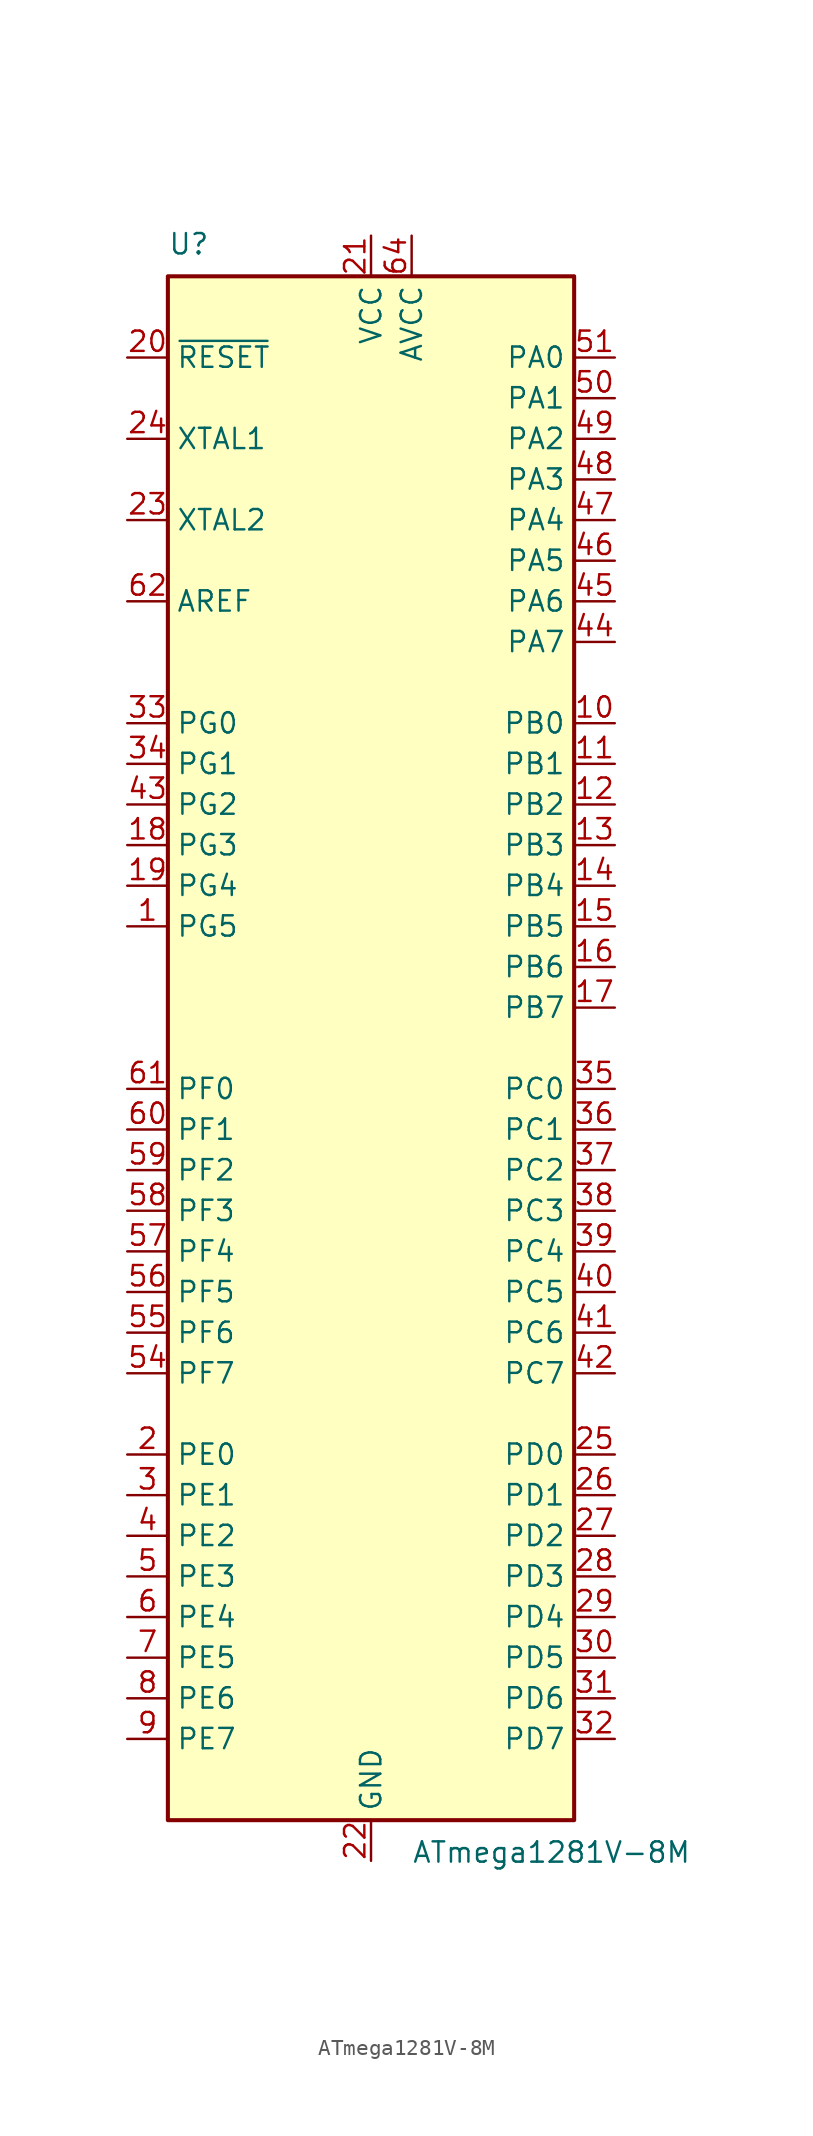
<source format=kicad_sym>
(kicad_symbol_lib
  (version 20241209)
  (generator "kicad_symbol_editor")
  (generator_version "9.0")
  (symbol "ATmega1281V-8M"
    (property "Reference" "U"
      (at -12.7 49.53 0)
      (effects (font (size 1.27 1.27)) (justify left bottom)))
    (property "Value" "ATmega1281V-8M"
      (at 2.54 -49.53 0)
      (effects (font (size 1.27 1.27)) (justify left top)))
    (symbol "ATmega1281V-8M_0_1"
      (rectangle (start -12.7 -48.26) (end 12.7 48.26) (stroke (width 0.254) (type default)) (fill (type background))))
    (symbol "ATmega1281V-8M_1_1"
      (pin input line (at -15.24 43.18 0) (length 2.54) (name "~{RESET}" (effects (font (size 1.27 1.27)))) (number "20" (effects (font (size 1.27 1.27)))))
      (pin input line (at -15.24 38.1 0) (length 2.54) (name "XTAL1" (effects (font (size 1.27 1.27)))) (number "24" (effects (font (size 1.27 1.27)))))
      (pin output line (at -15.24 33.02 0) (length 2.54) (name "XTAL2" (effects (font (size 1.27 1.27)))) (number "23" (effects (font (size 1.27 1.27)))))
      (pin passive line (at -15.24 27.94 0) (length 2.54) (name "AREF" (effects (font (size 1.27 1.27)))) (number "62" (effects (font (size 1.27 1.27)))))
      (pin bidirectional line (at -15.24 20.32 0) (length 2.54) (name "PG0" (effects (font (size 1.27 1.27)))) (number "33" (effects (font (size 1.27 1.27)))))
      (pin bidirectional line (at -15.24 17.78 0) (length 2.54) (name "PG1" (effects (font (size 1.27 1.27)))) (number "34" (effects (font (size 1.27 1.27)))))
      (pin bidirectional line (at -15.24 15.24 0) (length 2.54) (name "PG2" (effects (font (size 1.27 1.27)))) (number "43" (effects (font (size 1.27 1.27)))))
      (pin bidirectional line (at -15.24 12.7 0) (length 2.54) (name "PG3" (effects (font (size 1.27 1.27)))) (number "18" (effects (font (size 1.27 1.27)))))
      (pin bidirectional line (at -15.24 10.16 0) (length 2.54) (name "PG4" (effects (font (size 1.27 1.27)))) (number "19" (effects (font (size 1.27 1.27)))))
      (pin bidirectional line (at -15.24 7.62 0) (length 2.54) (name "PG5" (effects (font (size 1.27 1.27)))) (number "1" (effects (font (size 1.27 1.27)))))
      (pin bidirectional line (at -15.24 -2.54 0) (length 2.54) (name "PF0" (effects (font (size 1.27 1.27)))) (number "61" (effects (font (size 1.27 1.27)))))
      (pin bidirectional line (at -15.24 -5.08 0) (length 2.54) (name "PF1" (effects (font (size 1.27 1.27)))) (number "60" (effects (font (size 1.27 1.27)))))
      (pin bidirectional line (at -15.24 -7.62 0) (length 2.54) (name "PF2" (effects (font (size 1.27 1.27)))) (number "59" (effects (font (size 1.27 1.27)))))
      (pin bidirectional line (at -15.24 -10.16 0) (length 2.54) (name "PF3" (effects (font (size 1.27 1.27)))) (number "58" (effects (font (size 1.27 1.27)))))
      (pin bidirectional line (at -15.24 -12.7 0) (length 2.54) (name "PF4" (effects (font (size 1.27 1.27)))) (number "57" (effects (font (size 1.27 1.27)))))
      (pin bidirectional line (at -15.24 -15.24 0) (length 2.54) (name "PF5" (effects (font (size 1.27 1.27)))) (number "56" (effects (font (size 1.27 1.27)))))
      (pin bidirectional line (at -15.24 -17.78 0) (length 2.54) (name "PF6" (effects (font (size 1.27 1.27)))) (number "55" (effects (font (size 1.27 1.27)))))
      (pin bidirectional line (at -15.24 -20.32 0) (length 2.54) (name "PF7" (effects (font (size 1.27 1.27)))) (number "54" (effects (font (size 1.27 1.27)))))
      (pin bidirectional line (at -15.24 -25.4 0) (length 2.54) (name "PE0" (effects (font (size 1.27 1.27)))) (number "2" (effects (font (size 1.27 1.27)))))
      (pin bidirectional line (at -15.24 -27.94 0) (length 2.54) (name "PE1" (effects (font (size 1.27 1.27)))) (number "3" (effects (font (size 1.27 1.27)))))
      (pin bidirectional line (at -15.24 -30.48 0) (length 2.54) (name "PE2" (effects (font (size 1.27 1.27)))) (number "4" (effects (font (size 1.27 1.27)))))
      (pin bidirectional line (at -15.24 -33.02 0) (length 2.54) (name "PE3" (effects (font (size 1.27 1.27)))) (number "5" (effects (font (size 1.27 1.27)))))
      (pin bidirectional line (at -15.24 -35.56 0) (length 2.54) (name "PE4" (effects (font (size 1.27 1.27)))) (number "6" (effects (font (size 1.27 1.27)))))
      (pin bidirectional line (at -15.24 -38.1 0) (length 2.54) (name "PE5" (effects (font (size 1.27 1.27)))) (number "7" (effects (font (size 1.27 1.27)))))
      (pin bidirectional line (at -15.24 -40.64 0) (length 2.54) (name "PE6" (effects (font (size 1.27 1.27)))) (number "8" (effects (font (size 1.27 1.27)))))
      (pin bidirectional line (at -15.24 -43.18 0) (length 2.54) (name "PE7" (effects (font (size 1.27 1.27)))) (number "9" (effects (font (size 1.27 1.27)))))
      (pin power_in line (at 0 50.8 270) (length 2.54) (name "VCC" (effects (font (size 1.27 1.27)))) (number "21" (effects (font (size 1.27 1.27)))))
      (pin passive line (at 0 50.8 270) (length 2.54) (hide yes) (name "VCC" (effects (font (size 1.27 1.27)))) (number "52" (effects (font (size 1.27 1.27)))))
      (pin power_in line (at 0 -50.8 90) (length 2.54) (name "GND" (effects (font (size 1.27 1.27)))) (number "22" (effects (font (size 1.27 1.27)))))
      (pin passive line (at 0 -50.8 90) (length 2.54) (hide yes) (name "GND" (effects (font (size 1.27 1.27)))) (number "53" (effects (font (size 1.27 1.27)))))
      (pin passive line (at 0 -50.8 90) (length 2.54) (hide yes) (name "GND" (effects (font (size 1.27 1.27)))) (number "63" (effects (font (size 1.27 1.27)))))
      (pin passive line (at 0 -50.8 90) (length 2.54) (hide yes) (name "GND" (effects (font (size 1.27 1.27)))) (number "65" (effects (font (size 1.27 1.27)))))
      (pin power_in line (at 2.54 50.8 270) (length 2.54) (name "AVCC" (effects (font (size 1.27 1.27)))) (number "64" (effects (font (size 1.27 1.27)))))
      (pin bidirectional line (at 15.24 43.18 180) (length 2.54) (name "PA0" (effects (font (size 1.27 1.27)))) (number "51" (effects (font (size 1.27 1.27)))))
      (pin bidirectional line (at 15.24 40.64 180) (length 2.54) (name "PA1" (effects (font (size 1.27 1.27)))) (number "50" (effects (font (size 1.27 1.27)))))
      (pin bidirectional line (at 15.24 38.1 180) (length 2.54) (name "PA2" (effects (font (size 1.27 1.27)))) (number "49" (effects (font (size 1.27 1.27)))))
      (pin bidirectional line (at 15.24 35.56 180) (length 2.54) (name "PA3" (effects (font (size 1.27 1.27)))) (number "48" (effects (font (size 1.27 1.27)))))
      (pin bidirectional line (at 15.24 33.02 180) (length 2.54) (name "PA4" (effects (font (size 1.27 1.27)))) (number "47" (effects (font (size 1.27 1.27)))))
      (pin bidirectional line (at 15.24 30.48 180) (length 2.54) (name "PA5" (effects (font (size 1.27 1.27)))) (number "46" (effects (font (size 1.27 1.27)))))
      (pin bidirectional line (at 15.24 27.94 180) (length 2.54) (name "PA6" (effects (font (size 1.27 1.27)))) (number "45" (effects (font (size 1.27 1.27)))))
      (pin bidirectional line (at 15.24 25.4 180) (length 2.54) (name "PA7" (effects (font (size 1.27 1.27)))) (number "44" (effects (font (size 1.27 1.27)))))
      (pin bidirectional line (at 15.24 20.32 180) (length 2.54) (name "PB0" (effects (font (size 1.27 1.27)))) (number "10" (effects (font (size 1.27 1.27)))))
      (pin bidirectional line (at 15.24 17.78 180) (length 2.54) (name "PB1" (effects (font (size 1.27 1.27)))) (number "11" (effects (font (size 1.27 1.27)))))
      (pin bidirectional line (at 15.24 15.24 180) (length 2.54) (name "PB2" (effects (font (size 1.27 1.27)))) (number "12" (effects (font (size 1.27 1.27)))))
      (pin bidirectional line (at 15.24 12.7 180) (length 2.54) (name "PB3" (effects (font (size 1.27 1.27)))) (number "13" (effects (font (size 1.27 1.27)))))
      (pin bidirectional line (at 15.24 10.16 180) (length 2.54) (name "PB4" (effects (font (size 1.27 1.27)))) (number "14" (effects (font (size 1.27 1.27)))))
      (pin bidirectional line (at 15.24 7.62 180) (length 2.54) (name "PB5" (effects (font (size 1.27 1.27)))) (number "15" (effects (font (size 1.27 1.27)))))
      (pin bidirectional line (at 15.24 5.08 180) (length 2.54) (name "PB6" (effects (font (size 1.27 1.27)))) (number "16" (effects (font (size 1.27 1.27)))))
      (pin bidirectional line (at 15.24 2.54 180) (length 2.54) (name "PB7" (effects (font (size 1.27 1.27)))) (number "17" (effects (font (size 1.27 1.27)))))
      (pin bidirectional line (at 15.24 -2.54 180) (length 2.54) (name "PC0" (effects (font (size 1.27 1.27)))) (number "35" (effects (font (size 1.27 1.27)))))
      (pin bidirectional line (at 15.24 -5.08 180) (length 2.54) (name "PC1" (effects (font (size 1.27 1.27)))) (number "36" (effects (font (size 1.27 1.27)))))
      (pin bidirectional line (at 15.24 -7.62 180) (length 2.54) (name "PC2" (effects (font (size 1.27 1.27)))) (number "37" (effects (font (size 1.27 1.27)))))
      (pin bidirectional line (at 15.24 -10.16 180) (length 2.54) (name "PC3" (effects (font (size 1.27 1.27)))) (number "38" (effects (font (size 1.27 1.27)))))
      (pin bidirectional line (at 15.24 -12.7 180) (length 2.54) (name "PC4" (effects (font (size 1.27 1.27)))) (number "39" (effects (font (size 1.27 1.27)))))
      (pin bidirectional line (at 15.24 -15.24 180) (length 2.54) (name "PC5" (effects (font (size 1.27 1.27)))) (number "40" (effects (font (size 1.27 1.27)))))
      (pin bidirectional line (at 15.24 -17.78 180) (length 2.54) (name "PC6" (effects (font (size 1.27 1.27)))) (number "41" (effects (font (size 1.27 1.27)))))
      (pin bidirectional line (at 15.24 -20.32 180) (length 2.54) (name "PC7" (effects (font (size 1.27 1.27)))) (number "42" (effects (font (size 1.27 1.27)))))
      (pin bidirectional line (at 15.24 -25.4 180) (length 2.54) (name "PD0" (effects (font (size 1.27 1.27)))) (number "25" (effects (font (size 1.27 1.27)))))
      (pin bidirectional line (at 15.24 -27.94 180) (length 2.54) (name "PD1" (effects (font (size 1.27 1.27)))) (number "26" (effects (font (size 1.27 1.27)))))
      (pin bidirectional line (at 15.24 -30.48 180) (length 2.54) (name "PD2" (effects (font (size 1.27 1.27)))) (number "27" (effects (font (size 1.27 1.27)))))
      (pin bidirectional line (at 15.24 -33.02 180) (length 2.54) (name "PD3" (effects (font (size 1.27 1.27)))) (number "28" (effects (font (size 1.27 1.27)))))
      (pin bidirectional line (at 15.24 -35.56 180) (length 2.54) (name "PD4" (effects (font (size 1.27 1.27)))) (number "29" (effects (font (size 1.27 1.27)))))
      (pin bidirectional line (at 15.24 -38.1 180) (length 2.54) (name "PD5" (effects (font (size 1.27 1.27)))) (number "30" (effects (font (size 1.27 1.27)))))
      (pin bidirectional line (at 15.24 -40.64 180) (length 2.54) (name "PD6" (effects (font (size 1.27 1.27)))) (number "31" (effects (font (size 1.27 1.27)))))
      (pin bidirectional line (at 15.24 -43.18 180) (length 2.54) (name "PD7" (effects (font (size 1.27 1.27)))) (number "32" (effects (font (size 1.27 1.27))))))))
</source>
